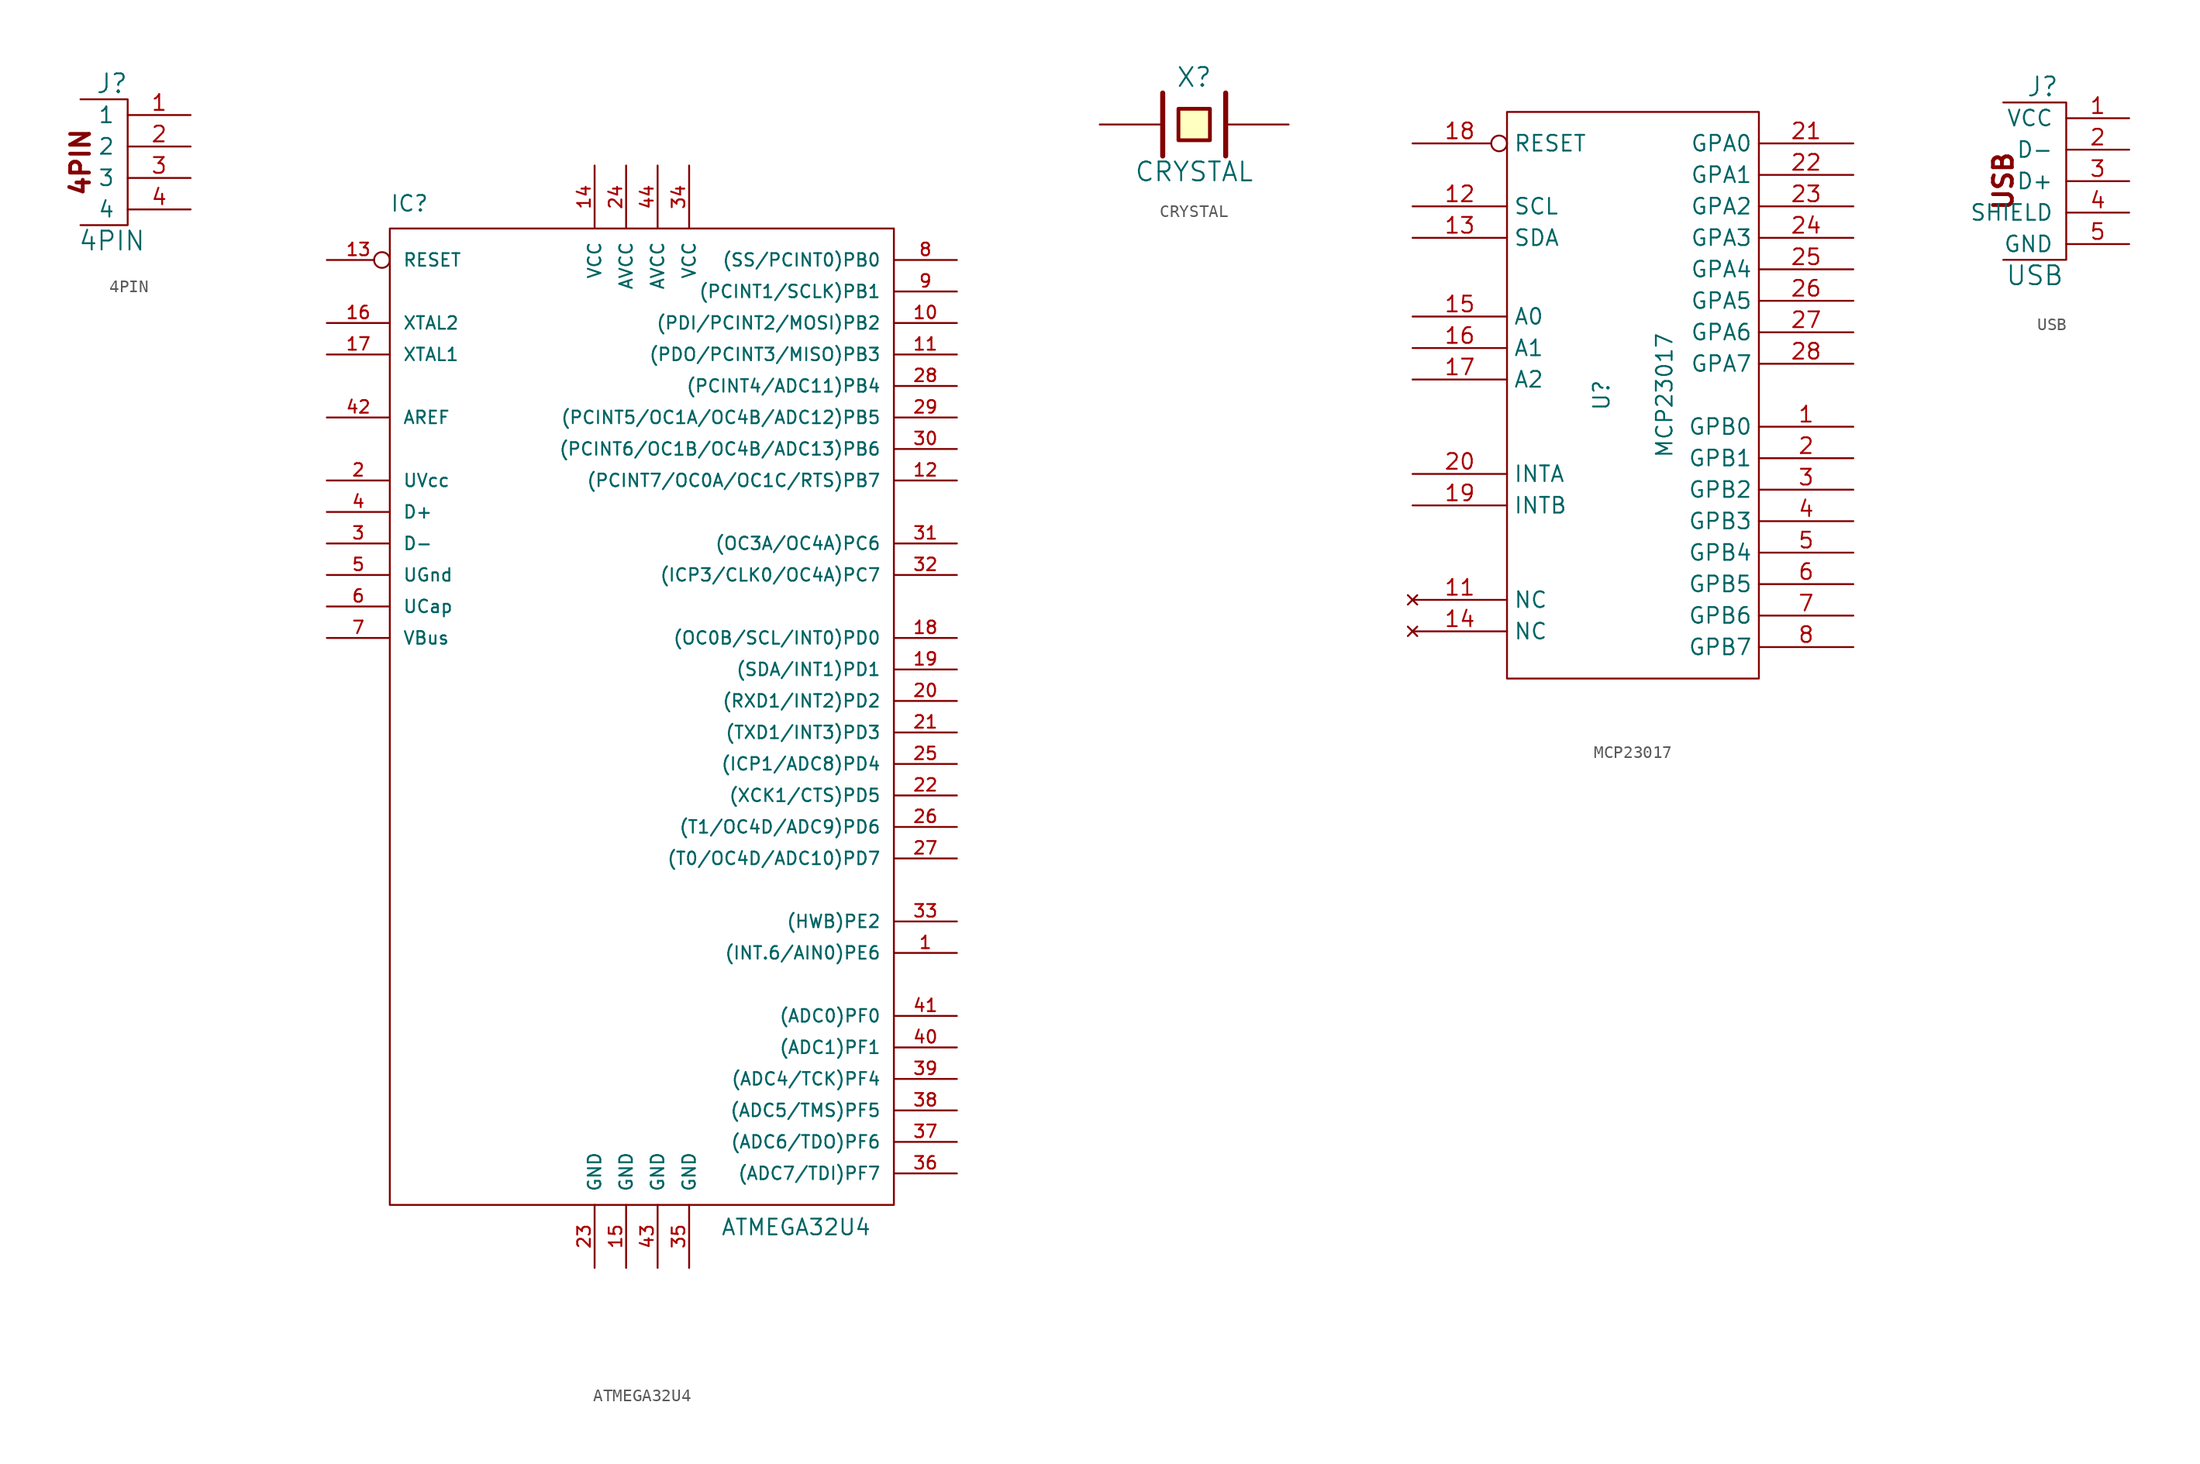
<source format=kicad_sym>
(kicad_symbol_lib
  (version 20211014)
  (generator kicad_symbol_editor)
  (symbol "4PIN"
    (pin_names
      (offset 1.016))
    (property "Reference" "J"
      (at -1.27 6.35 0)
      (effects (font (size 1.524 1.524))))
    (property "Value" "4PIN"
      (at -1.27 -6.35 0)
      (effects (font (size 1.524 1.524))))
    (symbol "4PIN_0_0"
      (polyline (pts (xy -3.81 5.08) (xy 0 5.08) (xy 0 -5.08) (xy -3.81 -5.08)) (stroke (width 0) (type default) (color 0 0 0 0)) (fill (type none)))
      (text "4PIN" (at -3.81 0 900) (effects (font (size 1.524 1.524) bold))))
    (symbol "4PIN_1_1"
      (pin input line (at 5.08 3.81 180) (length 5.08) (name "1" (effects (font (size 1.27 1.27)))) (number "1" (effects (font (size 1.27 1.27)))))
      (pin power_in line (at 5.08 1.27 180) (length 5.08) (name "2" (effects (font (size 1.27 1.27)))) (number "2" (effects (font (size 1.27 1.27)))))
      (pin output line (at 5.08 -1.27 180) (length 5.08) (name "3" (effects (font (size 1.27 1.27)))) (number "3" (effects (font (size 1.27 1.27)))))
      (pin power_in line (at 5.08 -3.81 180) (length 5.08) (name "4" (effects (font (size 1.27 1.27)))) (number "4" (effects (font (size 1.27 1.27)))))))
  (symbol "ATMEGA32U4"
    (pin_names
      (offset 1.016))
    (property "Reference" "IC"
      (at -20.32 40.64 0)
      (effects (font (size 1.27 1.27)) (justify left bottom)))
    (property "Value" "ATMEGA32U4"
      (at 6.35 -41.91 0)
      (effects (font (size 1.27 1.27)) (justify left bottom)))
    (symbol "ATMEGA32U4_0_1"
      (rectangle (start -20.32 39.37) (end 20.32 -39.37) (stroke (width 0) (type default) (color 0 0 0 0)) (fill (type none))))
    (symbol "ATMEGA32U4_1_1"
      (pin bidirectional line (at 25.4 -19.05 180) (length 5.08) (name "(INT.6/AIN0)PE6" (effects (font (size 1.016 1.016)))) (number "1" (effects (font (size 1.016 1.016)))))
      (pin bidirectional line (at 25.4 31.75 180) (length 5.08) (name "(PDI/PCINT2/MOSI)PB2" (effects (font (size 1.016 1.016)))) (number "10" (effects (font (size 1.016 1.016)))))
      (pin bidirectional line (at 25.4 29.21 180) (length 5.08) (name "(PDO/PCINT3/MISO)PB3" (effects (font (size 1.016 1.016)))) (number "11" (effects (font (size 1.016 1.016)))))
      (pin bidirectional line (at 25.4 19.05 180) (length 5.08) (name "(PCINT7/OC0A/OC1C/RTS)PB7" (effects (font (size 1.016 1.016)))) (number "12" (effects (font (size 1.016 1.016)))))
      (pin input inverted (at -25.4 36.83 0) (length 5.08) (name "RESET" (effects (font (size 1.016 1.016)))) (number "13" (effects (font (size 1.016 1.016)))))
      (pin power_in line (at -3.81 44.45 270) (length 5.08) (name "VCC" (effects (font (size 1.016 1.016)))) (number "14" (effects (font (size 1.016 1.016)))))
      (pin power_in line (at -1.27 -44.45 90) (length 5.08) (name "GND" (effects (font (size 1.016 1.016)))) (number "15" (effects (font (size 1.016 1.016)))))
      (pin bidirectional line (at -25.4 31.75 0) (length 5.08) (name "XTAL2" (effects (font (size 1.016 1.016)))) (number "16" (effects (font (size 1.016 1.016)))))
      (pin bidirectional line (at -25.4 29.21 0) (length 5.08) (name "XTAL1" (effects (font (size 1.016 1.016)))) (number "17" (effects (font (size 1.016 1.016)))))
      (pin bidirectional line (at 25.4 6.35 180) (length 5.08) (name "(OC0B/SCL/INT0)PD0" (effects (font (size 1.016 1.016)))) (number "18" (effects (font (size 1.016 1.016)))))
      (pin bidirectional line (at 25.4 3.81 180) (length 5.08) (name "(SDA/INT1)PD1" (effects (font (size 1.016 1.016)))) (number "19" (effects (font (size 1.016 1.016)))))
      (pin power_in line (at -25.4 19.05 0) (length 5.08) (name "UVcc" (effects (font (size 1.016 1.016)))) (number "2" (effects (font (size 1.016 1.016)))))
      (pin bidirectional line (at 25.4 1.27 180) (length 5.08) (name "(RXD1/INT2)PD2" (effects (font (size 1.016 1.016)))) (number "20" (effects (font (size 1.016 1.016)))))
      (pin bidirectional line (at 25.4 -1.27 180) (length 5.08) (name "(TXD1/INT3)PD3" (effects (font (size 1.016 1.016)))) (number "21" (effects (font (size 1.016 1.016)))))
      (pin bidirectional line (at 25.4 -6.35 180) (length 5.08) (name "(XCK1/CTS)PD5" (effects (font (size 1.016 1.016)))) (number "22" (effects (font (size 1.016 1.016)))))
      (pin power_in line (at -3.81 -44.45 90) (length 5.08) (name "GND" (effects (font (size 1.016 1.016)))) (number "23" (effects (font (size 1.016 1.016)))))
      (pin power_in line (at -1.27 44.45 270) (length 5.08) (name "AVCC" (effects (font (size 1.016 1.016)))) (number "24" (effects (font (size 1.016 1.016)))))
      (pin bidirectional line (at 25.4 -3.81 180) (length 5.08) (name "(ICP1/ADC8)PD4" (effects (font (size 1.016 1.016)))) (number "25" (effects (font (size 1.016 1.016)))))
      (pin bidirectional line (at 25.4 -8.89 180) (length 5.08) (name "(T1/OC4D/ADC9)PD6" (effects (font (size 1.016 1.016)))) (number "26" (effects (font (size 1.016 1.016)))))
      (pin bidirectional line (at 25.4 -11.43 180) (length 5.08) (name "(T0/OC4D/ADC10)PD7" (effects (font (size 1.016 1.016)))) (number "27" (effects (font (size 1.016 1.016)))))
      (pin bidirectional line (at 25.4 26.67 180) (length 5.08) (name "(PCINT4/ADC11)PB4" (effects (font (size 1.016 1.016)))) (number "28" (effects (font (size 1.016 1.016)))))
      (pin bidirectional line (at 25.4 24.13 180) (length 5.08) (name "(PCINT5/OC1A/OC4B/ADC12)PB5" (effects (font (size 1.016 1.016)))) (number "29" (effects (font (size 1.016 1.016)))))
      (pin bidirectional line (at -25.4 13.97 0) (length 5.08) (name "D-" (effects (font (size 1.016 1.016)))) (number "3" (effects (font (size 1.016 1.016)))))
      (pin bidirectional line (at 25.4 21.59 180) (length 5.08) (name "(PCINT6/OC1B/OC4B/ADC13)PB6" (effects (font (size 1.016 1.016)))) (number "30" (effects (font (size 1.016 1.016)))))
      (pin bidirectional line (at 25.4 13.97 180) (length 5.08) (name "(OC3A/OC4A)PC6" (effects (font (size 1.016 1.016)))) (number "31" (effects (font (size 1.016 1.016)))))
      (pin bidirectional line (at 25.4 11.43 180) (length 5.08) (name "(ICP3/CLK0/OC4A)PC7" (effects (font (size 1.016 1.016)))) (number "32" (effects (font (size 1.016 1.016)))))
      (pin bidirectional line (at 25.4 -16.51 180) (length 5.08) (name "(HWB)PE2" (effects (font (size 1.016 1.016)))) (number "33" (effects (font (size 1.016 1.016)))))
      (pin power_in line (at 3.81 44.45 270) (length 5.08) (name "VCC" (effects (font (size 1.016 1.016)))) (number "34" (effects (font (size 1.016 1.016)))))
      (pin power_in line (at 3.81 -44.45 90) (length 5.08) (name "GND" (effects (font (size 1.016 1.016)))) (number "35" (effects (font (size 1.016 1.016)))))
      (pin bidirectional line (at 25.4 -36.83 180) (length 5.08) (name "(ADC7/TDI)PF7" (effects (font (size 1.016 1.016)))) (number "36" (effects (font (size 1.016 1.016)))))
      (pin bidirectional line (at 25.4 -34.29 180) (length 5.08) (name "(ADC6/TDO)PF6" (effects (font (size 1.016 1.016)))) (number "37" (effects (font (size 1.016 1.016)))))
      (pin bidirectional line (at 25.4 -31.75 180) (length 5.08) (name "(ADC5/TMS)PF5" (effects (font (size 1.016 1.016)))) (number "38" (effects (font (size 1.016 1.016)))))
      (pin bidirectional line (at 25.4 -29.21 180) (length 5.08) (name "(ADC4/TCK)PF4" (effects (font (size 1.016 1.016)))) (number "39" (effects (font (size 1.016 1.016)))))
      (pin bidirectional line (at -25.4 16.51 0) (length 5.08) (name "D+" (effects (font (size 1.016 1.016)))) (number "4" (effects (font (size 1.016 1.016)))))
      (pin bidirectional line (at 25.4 -26.67 180) (length 5.08) (name "(ADC1)PF1" (effects (font (size 1.016 1.016)))) (number "40" (effects (font (size 1.016 1.016)))))
      (pin bidirectional line (at 25.4 -24.13 180) (length 5.08) (name "(ADC0)PF0" (effects (font (size 1.016 1.016)))) (number "41" (effects (font (size 1.016 1.016)))))
      (pin power_in line (at -25.4 24.13 0) (length 5.08) (name "AREF" (effects (font (size 1.016 1.016)))) (number "42" (effects (font (size 1.016 1.016)))))
      (pin power_in line (at 1.27 -44.45 90) (length 5.08) (name "GND" (effects (font (size 1.016 1.016)))) (number "43" (effects (font (size 1.016 1.016)))))
      (pin power_in line (at 1.27 44.45 270) (length 5.08) (name "AVCC" (effects (font (size 1.016 1.016)))) (number "44" (effects (font (size 1.016 1.016)))))
      (pin power_in line (at -25.4 11.43 0) (length 5.08) (name "UGnd" (effects (font (size 1.016 1.016)))) (number "5" (effects (font (size 1.016 1.016)))))
      (pin power_in line (at -25.4 8.89 0) (length 5.08) (name "UCap" (effects (font (size 1.016 1.016)))) (number "6" (effects (font (size 1.016 1.016)))))
      (pin bidirectional line (at -25.4 6.35 0) (length 5.08) (name "VBus" (effects (font (size 1.016 1.016)))) (number "7" (effects (font (size 1.016 1.016)))))
      (pin bidirectional line (at 25.4 36.83 180) (length 5.08) (name "(SS/PCINT0)PB0" (effects (font (size 1.016 1.016)))) (number "8" (effects (font (size 1.016 1.016)))))
      (pin bidirectional line (at 25.4 34.29 180) (length 5.08) (name "(PCINT1/SCLK)PB1" (effects (font (size 1.016 1.016)))) (number "9" (effects (font (size 1.016 1.016)))))))
  (symbol "CRYSTAL"
    (pin_numbers hide)
    (pin_names
      (offset 1.016) hide)
    (property "Reference" "X"
      (at 0 3.81 0)
      (effects (font (size 1.524 1.524))))
    (property "Value" "CRYSTAL"
      (at 0 -3.81 0)
      (effects (font (size 1.524 1.524))))
    (symbol "CRYSTAL_0_1"
      (polyline (pts (xy -2.54 2.54) (xy -2.54 -2.54)) (stroke (width 0.406) (type default) (color 0 0 0 0)) (fill (type none)))
      (polyline (pts (xy 2.54 2.54) (xy 2.54 -2.54)) (stroke (width 0.406) (type default) (color 0 0 0 0)) (fill (type none)))
      (polyline (pts (xy -1.27 1.27) (xy 1.27 1.27) (xy 1.27 -1.27) (xy -1.27 -1.27) (xy -1.27 1.27)) (stroke (width 0.305) (type default) (color 0 0 0 0)) (fill (type background))))
    (symbol "CRYSTAL_1_1"
      (pin passive line (at -7.62 0 0) (length 5.08) (name "1" (effects (font (size 1.016 1.016)))) (number "1" (effects (font (size 1.016 1.016)))))
      (pin power_in line (at -2.54 0 0) (length 0) hide (name "GND" (effects (font (size 1.27 1.27)))) (number "2" (effects (font (size 1.27 1.27)))))
      (pin passive line (at 7.62 0 180) (length 5.08) (name "3" (effects (font (size 1.016 1.016)))) (number "3" (effects (font (size 1.016 1.016)))))
      (pin power_in line (at 2.54 0 0) (length 0) hide (name "GND" (effects (font (size 1.27 1.27)))) (number "4" (effects (font (size 1.27 1.27)))))))
  (symbol "MCP23017"
    (property "Reference" "U"
      (at -2.54 0 90)
      (effects (font (size 1.27 1.27))))
    (property "Value" "MCP23017"
      (at 2.54 0 90)
      (effects (font (size 1.27 1.27))))
    (symbol "MCP23017_0_1"
      (rectangle (start -10.16 22.86) (end 10.16 -22.86) (stroke (width 0) (type default) (color 0 0 0 0)) (fill (type none))))
    (symbol "MCP23017_1_1"
      (pin output line (at 17.78 -2.54 180) (length 7.62) (name "GPB0" (effects (font (size 1.27 1.27)))) (number "1" (effects (font (size 1.27 1.27)))))
      (pin power_in line (at 0 -22.86 90) (length 0) hide (name "GND" (effects (font (size 1.27 1.27)))) (number "10" (effects (font (size 1.27 1.27)))))
      (pin no_connect line (at -17.78 -16.51 0) (length 7.62) (name "NC" (effects (font (size 1.27 1.27)))) (number "11" (effects (font (size 1.27 1.27)))))
      (pin input line (at -17.78 15.24 0) (length 7.62) (name "SCL" (effects (font (size 1.27 1.27)))) (number "12" (effects (font (size 1.27 1.27)))))
      (pin input line (at -17.78 12.7 0) (length 7.62) (name "SDA" (effects (font (size 1.27 1.27)))) (number "13" (effects (font (size 1.27 1.27)))))
      (pin no_connect line (at -17.78 -19.05 0) (length 7.62) (name "NC" (effects (font (size 1.27 1.27)))) (number "14" (effects (font (size 1.27 1.27)))))
      (pin output line (at -17.78 6.35 0) (length 7.62) (name "A0" (effects (font (size 1.27 1.27)))) (number "15" (effects (font (size 1.27 1.27)))))
      (pin output line (at -17.78 3.81 0) (length 7.62) (name "A1" (effects (font (size 1.27 1.27)))) (number "16" (effects (font (size 1.27 1.27)))))
      (pin output line (at -17.78 1.27 0) (length 7.62) (name "A2" (effects (font (size 1.27 1.27)))) (number "17" (effects (font (size 1.27 1.27)))))
      (pin input inverted (at -17.78 20.32 0) (length 7.62) (name "RESET" (effects (font (size 1.27 1.27)))) (number "18" (effects (font (size 1.27 1.27)))))
      (pin input line (at -17.78 -8.89 0) (length 7.62) (name "INTB" (effects (font (size 1.27 1.27)))) (number "19" (effects (font (size 1.27 1.27)))))
      (pin output line (at 17.78 -5.08 180) (length 7.62) (name "GPB1" (effects (font (size 1.27 1.27)))) (number "2" (effects (font (size 1.27 1.27)))))
      (pin input line (at -17.78 -6.35 0) (length 7.62) (name "INTA" (effects (font (size 1.27 1.27)))) (number "20" (effects (font (size 1.27 1.27)))))
      (pin input line (at 17.78 20.32 180) (length 7.62) (name "GPA0" (effects (font (size 1.27 1.27)))) (number "21" (effects (font (size 1.27 1.27)))))
      (pin input line (at 17.78 17.78 180) (length 7.62) (name "GPA1" (effects (font (size 1.27 1.27)))) (number "22" (effects (font (size 1.27 1.27)))))
      (pin input line (at 17.78 15.24 180) (length 7.62) (name "GPA2" (effects (font (size 1.27 1.27)))) (number "23" (effects (font (size 1.27 1.27)))))
      (pin input line (at 17.78 12.7 180) (length 7.62) (name "GPA3" (effects (font (size 1.27 1.27)))) (number "24" (effects (font (size 1.27 1.27)))))
      (pin input line (at 17.78 10.16 180) (length 7.62) (name "GPA4" (effects (font (size 1.27 1.27)))) (number "25" (effects (font (size 1.27 1.27)))))
      (pin input line (at 17.78 7.62 180) (length 7.62) (name "GPA5" (effects (font (size 1.27 1.27)))) (number "26" (effects (font (size 1.27 1.27)))))
      (pin input line (at 17.78 5.08 180) (length 7.62) (name "GPA6" (effects (font (size 1.27 1.27)))) (number "27" (effects (font (size 1.27 1.27)))))
      (pin input line (at 17.78 2.54 180) (length 7.62) (name "GPA7" (effects (font (size 1.27 1.27)))) (number "28" (effects (font (size 1.27 1.27)))))
      (pin output line (at 17.78 -7.62 180) (length 7.62) (name "GPB2" (effects (font (size 1.27 1.27)))) (number "3" (effects (font (size 1.27 1.27)))))
      (pin output line (at 17.78 -10.16 180) (length 7.62) (name "GPB3" (effects (font (size 1.27 1.27)))) (number "4" (effects (font (size 1.27 1.27)))))
      (pin output line (at 17.78 -12.7 180) (length 7.62) (name "GPB4" (effects (font (size 1.27 1.27)))) (number "5" (effects (font (size 1.27 1.27)))))
      (pin output line (at 17.78 -15.24 180) (length 7.62) (name "GPB5" (effects (font (size 1.27 1.27)))) (number "6" (effects (font (size 1.27 1.27)))))
      (pin output line (at 17.78 -17.78 180) (length 7.62) (name "GPB6" (effects (font (size 1.27 1.27)))) (number "7" (effects (font (size 1.27 1.27)))))
      (pin output line (at 17.78 -20.32 180) (length 7.62) (name "GPB7" (effects (font (size 1.27 1.27)))) (number "8" (effects (font (size 1.27 1.27)))))
      (pin power_in line (at 0 22.86 270) (length 0) hide (name "VCC" (effects (font (size 1.27 1.27)))) (number "9" (effects (font (size 1.27 1.27)))))))
  (symbol "USB"
    (pin_names
      (offset 1.016))
    (property "Reference" "J"
      (at -1.905 7.62 0)
      (effects (font (size 1.524 1.524))))
    (property "Value" "USB"
      (at -2.54 -7.62 0)
      (effects (font (size 1.524 1.524))))
    (symbol "USB_0_0"
      (text "USB" (at -5.08 0 900) (effects (font (size 1.524 1.524) bold))))
    (symbol "USB_0_1"
      (polyline (pts (xy -5.08 6.35) (xy 0 6.35) (xy 0 -6.35) (xy -5.08 -6.35)) (stroke (width 0) (type default) (color 0 0 0 0)) (fill (type none))))
    (symbol "USB_1_1"
      (pin input line (at 5.08 5.08 180) (length 5.08) (name "VCC" (effects (font (size 1.27 1.27)))) (number "1" (effects (font (size 1.27 1.27)))))
      (pin input line (at 5.08 2.54 180) (length 5.08) (name "D-" (effects (font (size 1.27 1.27)))) (number "2" (effects (font (size 1.27 1.27)))))
      (pin input line (at 5.08 0 180) (length 5.08) (name "D+" (effects (font (size 1.27 1.27)))) (number "3" (effects (font (size 1.27 1.27)))))
      (pin input line (at 5.08 -2.54 180) (length 5.08) (name "SHIELD" (effects (font (size 1.27 1.27)))) (number "4" (effects (font (size 1.27 1.27)))))
      (pin input line (at 5.08 -5.08 180) (length 5.08) (name "GND" (effects (font (size 1.27 1.27)))) (number "5" (effects (font (size 1.27 1.27))))))))
</source>
